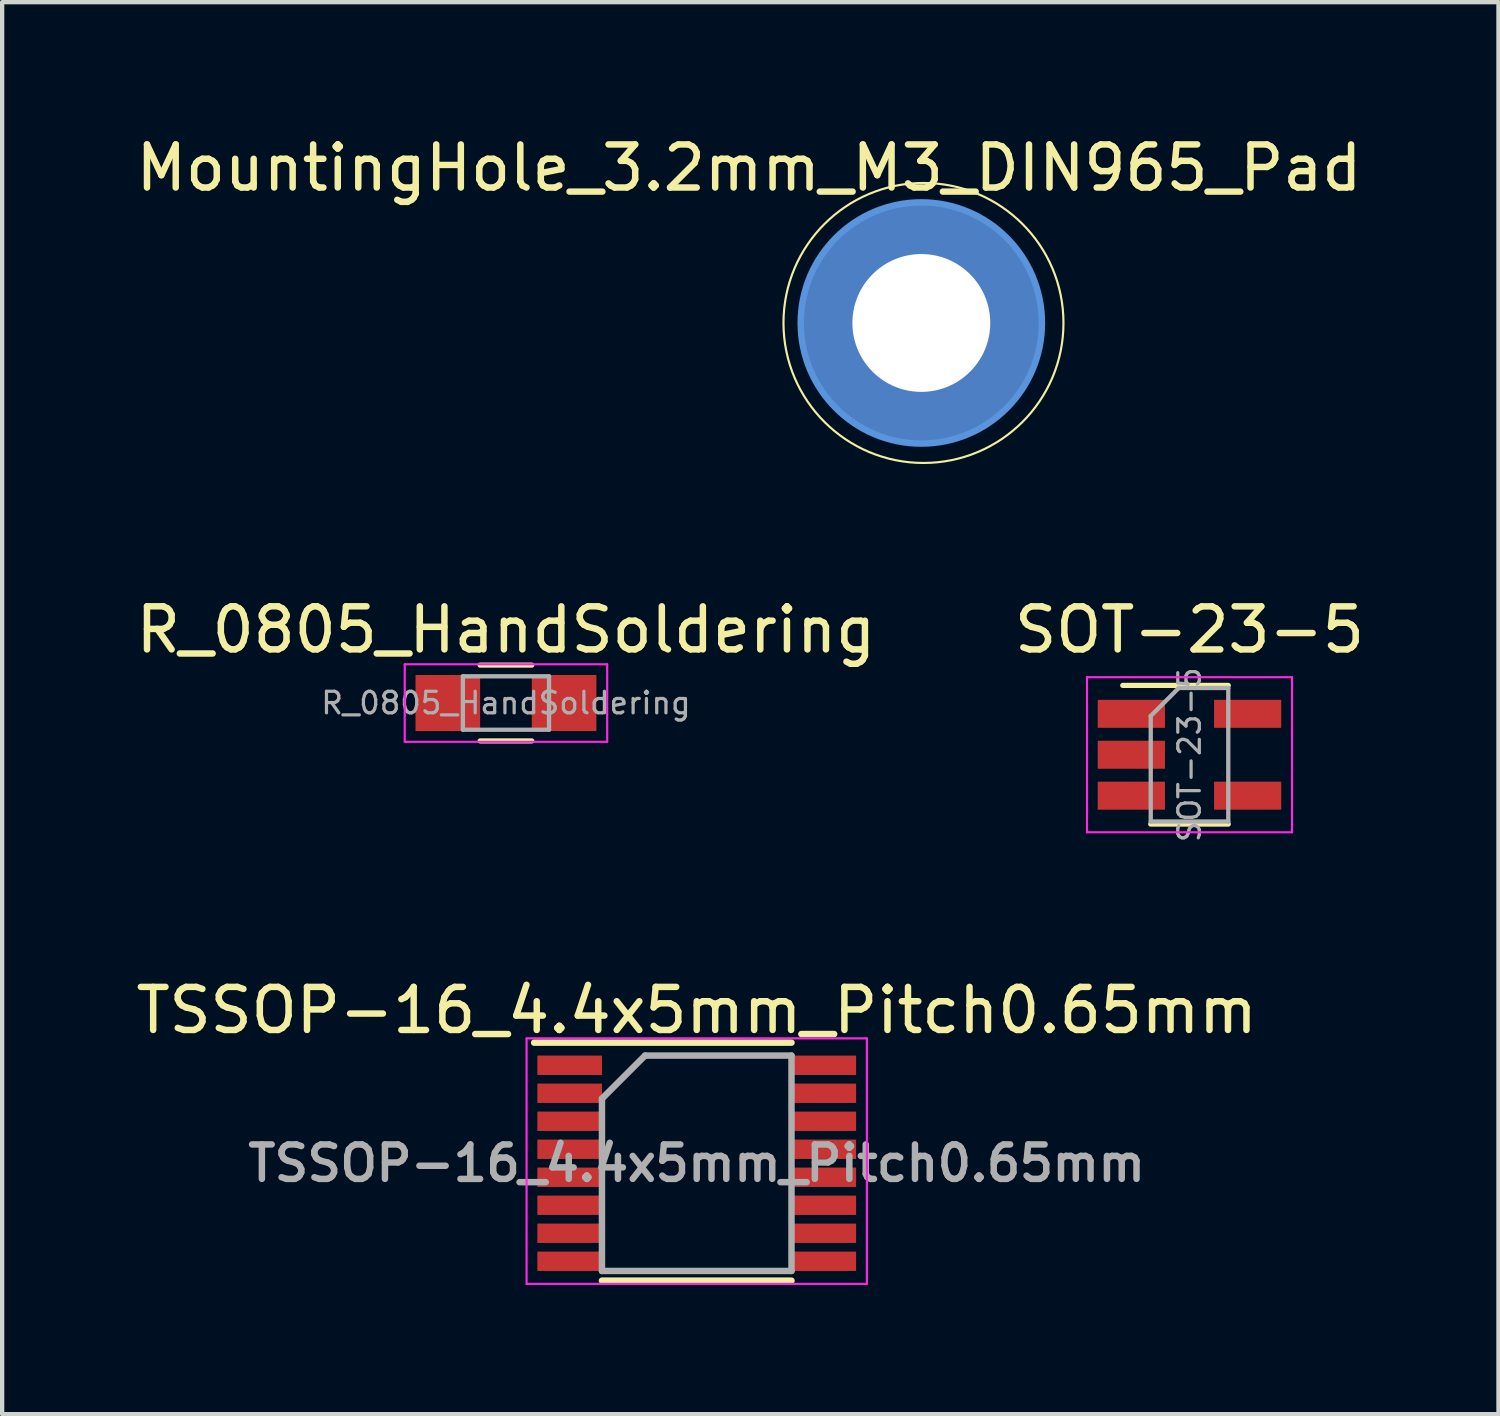
<source format=kicad_pcb>
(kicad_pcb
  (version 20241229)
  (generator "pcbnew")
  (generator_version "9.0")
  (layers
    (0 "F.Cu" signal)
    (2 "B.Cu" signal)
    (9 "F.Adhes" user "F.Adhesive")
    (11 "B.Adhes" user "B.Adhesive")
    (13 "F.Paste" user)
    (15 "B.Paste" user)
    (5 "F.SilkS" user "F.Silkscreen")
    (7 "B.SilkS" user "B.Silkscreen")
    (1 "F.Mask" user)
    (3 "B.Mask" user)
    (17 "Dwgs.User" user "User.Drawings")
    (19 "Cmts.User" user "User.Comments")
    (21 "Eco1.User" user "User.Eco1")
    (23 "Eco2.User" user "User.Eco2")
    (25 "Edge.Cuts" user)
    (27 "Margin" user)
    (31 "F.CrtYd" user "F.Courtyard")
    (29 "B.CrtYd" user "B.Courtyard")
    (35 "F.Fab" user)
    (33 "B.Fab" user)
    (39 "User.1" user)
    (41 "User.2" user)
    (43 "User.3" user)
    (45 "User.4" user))
  (footprint "R_0805_HandSoldering"
    (layer "F.Cu")
    (at 8.696 13.271)
    (property "Reference" "R_0805_HandSoldering" (at 0 -1.7 0) (layer "F.SilkS") (effects (font (size 1 1) (thickness 0.15))))
    (attr smd)
    (fp_line (start -0.6 -0.88) (end 0.6 -0.88) (stroke (width 0.12) (type solid)) (layer "F.SilkS"))
    (fp_line (start 0.6 0.88) (end -0.6 0.88) (stroke (width 0.12) (type solid)) (layer "F.SilkS"))
    (fp_line (start -2.35 -0.9) (end -2.35 0.9) (stroke (width 0.05) (type solid)) (layer "F.CrtYd"))
    (fp_line (start -2.35 -0.9) (end 2.35 -0.9) (stroke (width 0.05) (type solid)) (layer "F.CrtYd"))
    (fp_line (start 2.35 0.9) (end -2.35 0.9) (stroke (width 0.05) (type solid)) (layer "F.CrtYd"))
    (fp_line (start 2.35 0.9) (end 2.35 -0.9) (stroke (width 0.05) (type solid)) (layer "F.CrtYd"))
    (fp_line (start -1 -0.62) (end 1 -0.62) (stroke (width 0.1) (type solid)) (layer "F.Fab"))
    (fp_line (start -1 0.62) (end -1 -0.62) (stroke (width 0.1) (type solid)) (layer "F.Fab"))
    (fp_line (start 1 -0.62) (end 1 0.62) (stroke (width 0.1) (type solid)) (layer "F.Fab"))
    (fp_line (start 1 0.62) (end -1 0.62) (stroke (width 0.1) (type solid)) (layer "F.Fab"))
    (fp_text user "${REFERENCE}" (at 0 0 0) (layer "F.Fab") (effects (font (size 0.5 0.5) (thickness 0.075))))
    (pad "1" smd rect (at -1.35 0) (size 1.5 1.3) (layers "F.Cu" "F.Mask" "F.Paste"))
    (pad "2" smd rect (at 1.35 0) (size 1.5 1.3) (layers "F.Cu" "F.Mask" "F.Paste")))
  (footprint "TSSOP-16_4.4x5mm_Pitch0.65mm"
    (layer "F.Cu")
    (at 13.125 23.956)
    (property "Reference" "TSSOP-16_4.4x5mm_Pitch0.65mm" (at 0 -3.55 0) (layer "F.SilkS") (effects (font (size 1 1) (thickness 0.15))))
    (attr smd)
    (fp_line (start -3.775 -2.8) (end 2.2 -2.8) (stroke (width 0.15) (type solid)) (layer "F.SilkS"))
    (fp_line (start -2.2 2.725) (end 2.2 2.725) (stroke (width 0.15) (type solid)) (layer "F.SilkS"))
    (fp_line (start -3.95 -2.9) (end -3.95 2.8) (stroke (width 0.05) (type solid)) (layer "F.CrtYd"))
    (fp_line (start -3.95 -2.9) (end 3.95 -2.9) (stroke (width 0.05) (type solid)) (layer "F.CrtYd"))
    (fp_line (start -3.95 2.8) (end 3.95 2.8) (stroke (width 0.05) (type solid)) (layer "F.CrtYd"))
    (fp_line (start 3.95 -2.9) (end 3.95 2.8) (stroke (width 0.05) (type solid)) (layer "F.CrtYd"))
    (fp_line (start -2.2 -1.5) (end -1.2 -2.5) (stroke (width 0.15) (type solid)) (layer "F.Fab"))
    (fp_line (start -2.2 2.5) (end -2.2 -1.5) (stroke (width 0.15) (type solid)) (layer "F.Fab"))
    (fp_line (start -1.2 -2.5) (end 2.2 -2.5) (stroke (width 0.15) (type solid)) (layer "F.Fab"))
    (fp_line (start 2.2 -2.5) (end 2.2 2.5) (stroke (width 0.15) (type solid)) (layer "F.Fab"))
    (fp_line (start 2.2 2.5) (end -2.2 2.5) (stroke (width 0.15) (type solid)) (layer "F.Fab"))
    (fp_text user "${REFERENCE}" (at 0 0 0) (layer "F.Fab") (effects (font (size 0.8 0.8) (thickness 0.15))))
    (pad "1" smd rect (at -2.95 -2.275) (size 1.5 0.45) (layers "F.Cu" "F.Mask" "F.Paste"))
    (pad "2" smd rect (at -2.95 -1.625) (size 1.5 0.45) (layers "F.Cu" "F.Mask" "F.Paste"))
    (pad "3" smd rect (at -2.95 -0.975) (size 1.5 0.45) (layers "F.Cu" "F.Mask" "F.Paste"))
    (pad "4" smd rect (at -2.95 -0.325) (size 1.5 0.45) (layers "F.Cu" "F.Mask" "F.Paste"))
    (pad "5" smd rect (at -2.95 0.325) (size 1.5 0.45) (layers "F.Cu" "F.Mask" "F.Paste"))
    (pad "6" smd rect (at -2.95 0.975) (size 1.5 0.45) (layers "F.Cu" "F.Mask" "F.Paste"))
    (pad "7" smd rect (at -2.95 1.625) (size 1.5 0.45) (layers "F.Cu" "F.Mask" "F.Paste"))
    (pad "8" smd rect (at -2.95 2.275) (size 1.5 0.45) (layers "F.Cu" "F.Mask" "F.Paste"))
    (pad "9" smd rect (at 2.95 2.275) (size 1.5 0.45) (layers "F.Cu" "F.Mask" "F.Paste"))
    (pad "10" smd rect (at 2.95 1.625) (size 1.5 0.45) (layers "F.Cu" "F.Mask" "F.Paste"))
    (pad "11" smd rect (at 2.95 0.975) (size 1.5 0.45) (layers "F.Cu" "F.Mask" "F.Paste"))
    (pad "12" smd rect (at 2.95 0.325) (size 1.5 0.45) (layers "F.Cu" "F.Mask" "F.Paste"))
    (pad "13" smd rect (at 2.95 -0.325) (size 1.5 0.45) (layers "F.Cu" "F.Mask" "F.Paste"))
    (pad "14" smd rect (at 2.95 -0.975) (size 1.5 0.45) (layers "F.Cu" "F.Mask" "F.Paste"))
    (pad "15" smd rect (at 2.95 -1.625) (size 1.5 0.45) (layers "F.Cu" "F.Mask" "F.Paste"))
    (pad "16" smd rect (at 2.95 -2.275) (size 1.5 0.45) (layers "F.Cu" "F.Mask" "F.Paste")))
  (footprint "SOT-23-5"
    (layer "F.Cu")
    (at 24.565 14.472)
    (property "Reference" "SOT-23-5" (at 0 -2.9 0) (layer "F.SilkS") (effects (font (size 1 1) (thickness 0.15))))
    (attr smd)
    (fp_line (start -0.9 1.61) (end 0.9 1.61) (stroke (width 0.12) (type solid)) (layer "F.SilkS"))
    (fp_line (start 0.9 -1.61) (end -1.55 -1.61) (stroke (width 0.12) (type solid)) (layer "F.SilkS"))
    (fp_line (start -2.38 -1.8) (end -2.38 1.8) (stroke (width 0.05) (type solid)) (layer "F.CrtYd"))
    (fp_line (start -2.38 -1.8) (end 2.38 -1.8) (stroke (width 0.05) (type solid)) (layer "F.CrtYd"))
    (fp_line (start 2.38 1.8) (end -2.38 1.8) (stroke (width 0.05) (type solid)) (layer "F.CrtYd"))
    (fp_line (start 2.38 1.8) (end 2.38 -1.8) (stroke (width 0.05) (type solid)) (layer "F.CrtYd"))
    (fp_line (start -0.9 -0.9) (end -0.9 1.55) (stroke (width 0.1) (type solid)) (layer "F.Fab"))
    (fp_line (start -0.9 -0.9) (end -0.25 -1.55) (stroke (width 0.1) (type solid)) (layer "F.Fab"))
    (fp_line (start 0.9 -1.55) (end -0.25 -1.55) (stroke (width 0.1) (type solid)) (layer "F.Fab"))
    (fp_line (start 0.9 -1.55) (end 0.9 1.55) (stroke (width 0.1) (type solid)) (layer "F.Fab"))
    (fp_line (start 0.9 1.55) (end -0.9 1.55) (stroke (width 0.1) (type solid)) (layer "F.Fab"))
    (fp_text user "${REFERENCE}" (at 0 0 90) (layer "F.Fab") (effects (font (size 0.5 0.5) (thickness 0.075))))
    (pad "1" smd rect (at -1.35 -0.95) (size 1.56 0.65) (layers "F.Cu" "F.Mask" "F.Paste"))
    (pad "2" smd rect (at -1.35 0) (size 1.56 0.65) (layers "F.Cu" "F.Mask" "F.Paste"))
    (pad "3" smd rect (at -1.35 0.95) (size 1.56 0.65) (layers "F.Cu" "F.Mask" "F.Paste"))
    (pad "4" smd rect (at 1.35 0.95) (size 1.56 0.65) (layers "F.Cu" "F.Mask" "F.Paste"))
    (pad "5" smd rect (at 1.35 -0.95) (size 1.56 0.65) (layers "F.Cu" "F.Mask" "F.Paste")))
  (footprint "MountingHole_3.2mm_M3_DIN965_Pad"
    (layer "F.Cu")
    (at 18.339 4.448)
    (property "Reference" "MountingHole_3.2mm_M3_DIN965_Pad" (at -4 -3.6 0) (layer "F.SilkS") (effects (font (size 1 1) (thickness 0.15))))
    (attr through_hole)
    (fp_circle (center 0.05 0) (end 3.3 0) (stroke (width 0.05) (type solid)) (fill no) (layer "F.SilkS"))
    (fp_circle (center 0 0) (end 2.8 0) (stroke (width 0.15) (type solid)) (fill no) (layer "Cmts.User"))
    (pad "1" thru_hole circle (at 0 0) (size 5.6 5.6) (drill 3.2) (layers "*.Cu" "*.Mask")))
  (gr_rect
    (start -3 -3)
    (end 31.738 29.781)
    (stroke (width 0.1) (type default))
    (fill no)
    (layer "Edge.Cuts")))
</source>
